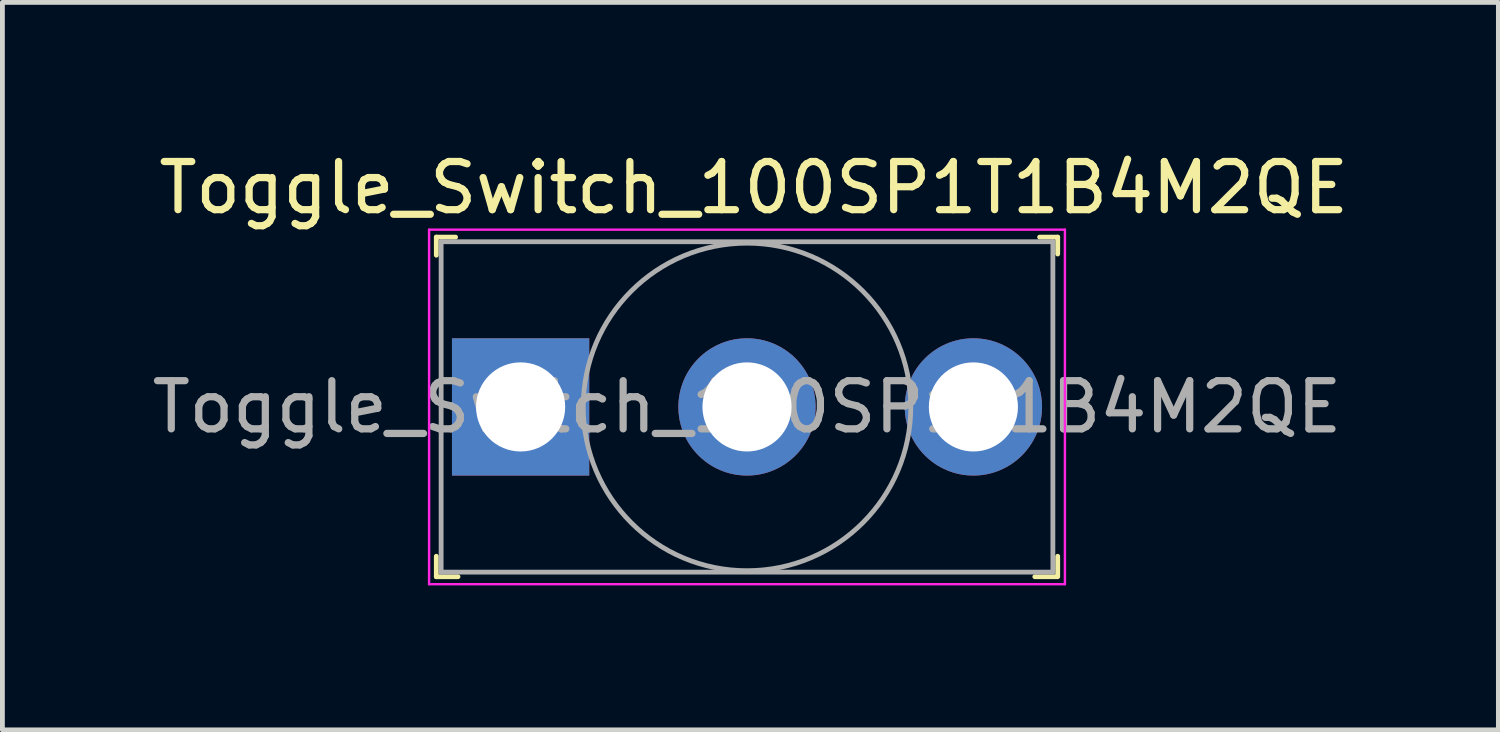
<source format=kicad_pcb>
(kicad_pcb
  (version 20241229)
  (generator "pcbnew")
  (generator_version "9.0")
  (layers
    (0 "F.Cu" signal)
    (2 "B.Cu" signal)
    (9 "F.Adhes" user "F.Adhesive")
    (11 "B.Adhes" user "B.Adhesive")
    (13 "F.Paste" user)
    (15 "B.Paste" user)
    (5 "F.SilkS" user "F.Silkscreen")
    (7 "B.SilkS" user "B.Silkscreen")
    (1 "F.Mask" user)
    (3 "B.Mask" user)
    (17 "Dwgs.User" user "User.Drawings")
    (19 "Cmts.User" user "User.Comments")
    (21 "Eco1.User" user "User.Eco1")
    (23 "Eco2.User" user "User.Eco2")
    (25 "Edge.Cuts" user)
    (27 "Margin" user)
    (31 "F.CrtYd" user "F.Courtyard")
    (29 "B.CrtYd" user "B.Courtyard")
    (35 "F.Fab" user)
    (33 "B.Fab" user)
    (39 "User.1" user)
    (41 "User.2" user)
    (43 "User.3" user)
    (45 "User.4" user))
  (footprint "Toggle_Switch_100SP1T1B4M2QE"
    (layer "F.Cu")
    (at 7.758 5.398)
    (property "Reference" "Toggle_Switch_100SP1T1B4M2QE" (at 4.84 -4.55 0) (layer "F.SilkS") (effects (font (size 1 1) (thickness 0.15))))
    (attr through_hole)
    (fp_line (start -1.75 -3.525) (end -1.75 -3.15) (stroke (width 0.1) (type solid)) (layer "F.SilkS"))
    (fp_line (start -1.75 -3.525) (end -1.35 -3.525) (stroke (width 0.1) (type solid)) (layer "F.SilkS"))
    (fp_line (start -1.75 3.525) (end -1.75 3.1) (stroke (width 0.1) (type solid)) (layer "F.SilkS"))
    (fp_line (start -1.75 3.525) (end -1.3 3.525) (stroke (width 0.1) (type solid)) (layer "F.SilkS"))
    (fp_line (start 10.775 -3.525) (end 11.15 -3.525) (stroke (width 0.1) (type solid)) (layer "F.SilkS"))
    (fp_line (start 11.125 3.525) (end 10.675 3.525) (stroke (width 0.1) (type solid)) (layer "F.SilkS"))
    (fp_line (start 11.15 -3.525) (end 11.15 -3.175) (stroke (width 0.1) (type solid)) (layer "F.SilkS"))
    (fp_line (start 11.15 3.525) (end 11.15 3.1) (stroke (width 0.1) (type solid)) (layer "F.SilkS"))
    (fp_line (start -1.9 -3.68) (end 11.3 -3.68) (stroke (width 0.05) (type solid)) (layer "F.CrtYd"))
    (fp_line (start -1.9 3.68) (end -1.9 -3.68) (stroke (width 0.05) (type solid)) (layer "F.CrtYd"))
    (fp_line (start 11.3 -3.68) (end 11.3 3.68) (stroke (width 0.05) (type solid)) (layer "F.CrtYd"))
    (fp_line (start 11.3 3.68) (end -1.9 3.68) (stroke (width 0.05) (type solid)) (layer "F.CrtYd"))
    (fp_line (start -1.65 -3.43) (end -1.65 3.43) (stroke (width 0.1) (type solid)) (layer "F.Fab"))
    (fp_line (start -1.65 -3.43) (end 11.05 -3.43) (stroke (width 0.1) (type solid)) (layer "F.Fab"))
    (fp_line (start -1.65 3.43) (end 11.05 3.43) (stroke (width 0.1) (type solid)) (layer "F.Fab"))
    (fp_line (start 11.05 3.43) (end 11.05 -3.43) (stroke (width 0.1) (type solid)) (layer "F.Fab"))
    (fp_circle (center 4.7 0) (end 4.7 3.4) (stroke (width 0.1) (type solid)) (fill no) (layer "F.Fab"))
    (fp_text user "${REFERENCE}" (at 4.7 0 0) (layer "F.Fab") (effects (font (size 1 1) (thickness 0.15))))
    (pad "1" thru_hole rect (at 0 0) (size 2.85 2.85) (drill 1.85) (layers "*.Cu" "*.Mask"))
    (pad "2" thru_hole circle (at 4.7 0) (size 2.85 2.85) (drill 1.85) (layers "*.Cu" "*.Mask"))
    (pad "3" thru_hole circle (at 9.4 0) (size 2.85 2.85) (drill 1.85) (layers "*.Cu" "*.Mask")))
  (gr_rect
    (start -3 -3)
    (end 28.057 12.103)
    (stroke (width 0.1) (type default))
    (fill no)
    (layer "Edge.Cuts")))
</source>
